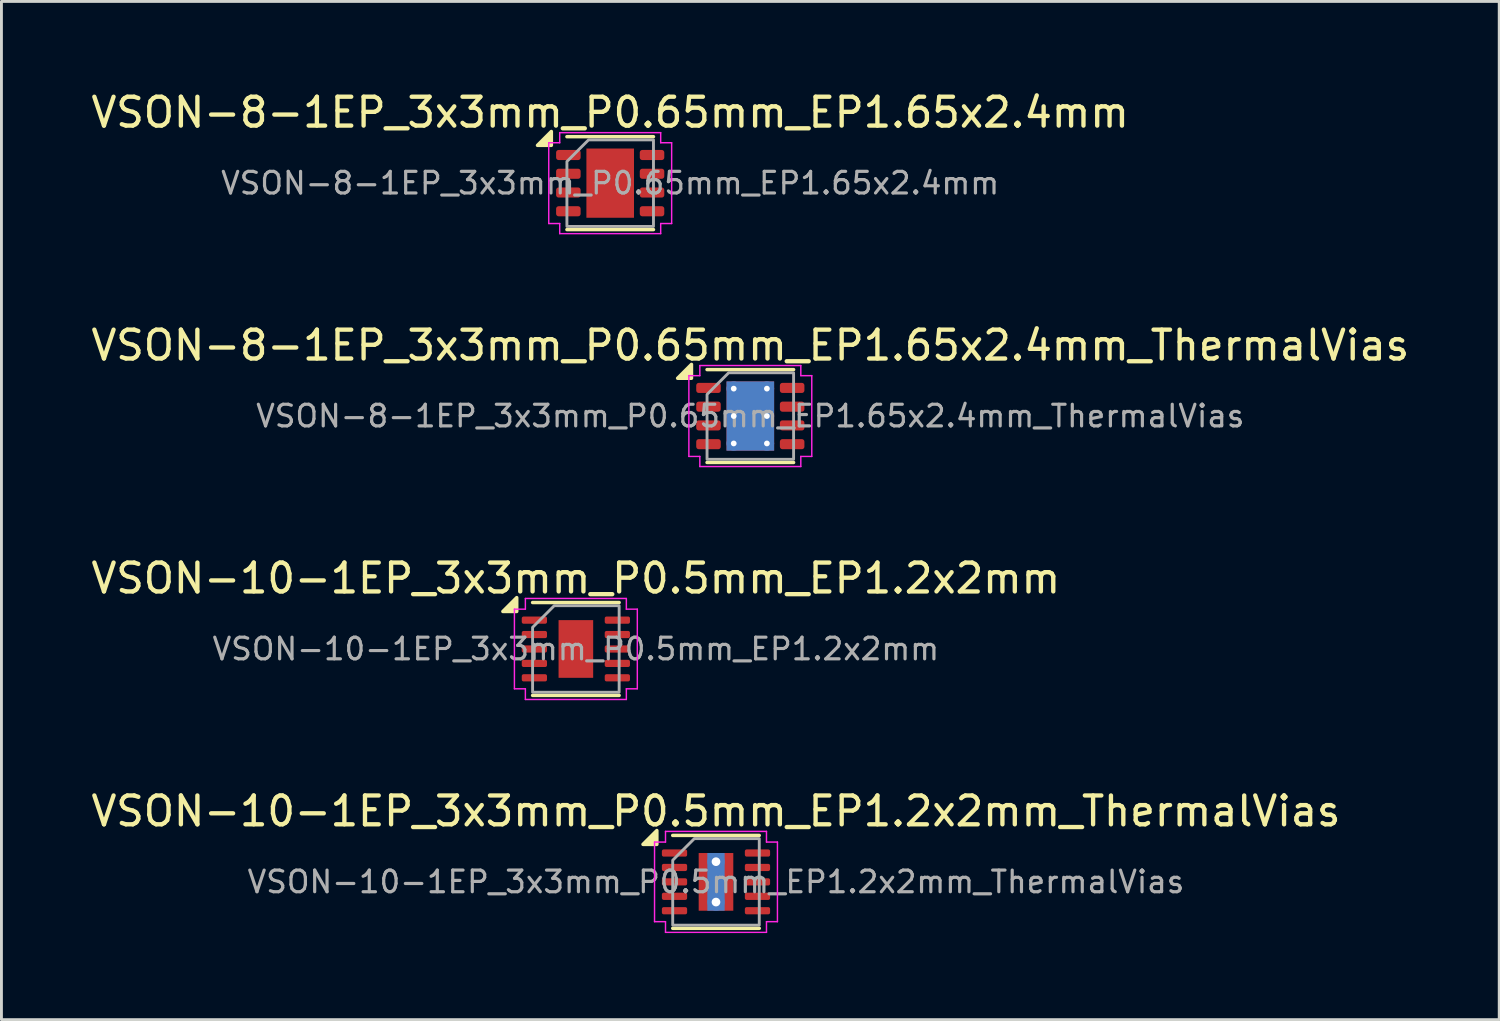
<source format=kicad_pcb>
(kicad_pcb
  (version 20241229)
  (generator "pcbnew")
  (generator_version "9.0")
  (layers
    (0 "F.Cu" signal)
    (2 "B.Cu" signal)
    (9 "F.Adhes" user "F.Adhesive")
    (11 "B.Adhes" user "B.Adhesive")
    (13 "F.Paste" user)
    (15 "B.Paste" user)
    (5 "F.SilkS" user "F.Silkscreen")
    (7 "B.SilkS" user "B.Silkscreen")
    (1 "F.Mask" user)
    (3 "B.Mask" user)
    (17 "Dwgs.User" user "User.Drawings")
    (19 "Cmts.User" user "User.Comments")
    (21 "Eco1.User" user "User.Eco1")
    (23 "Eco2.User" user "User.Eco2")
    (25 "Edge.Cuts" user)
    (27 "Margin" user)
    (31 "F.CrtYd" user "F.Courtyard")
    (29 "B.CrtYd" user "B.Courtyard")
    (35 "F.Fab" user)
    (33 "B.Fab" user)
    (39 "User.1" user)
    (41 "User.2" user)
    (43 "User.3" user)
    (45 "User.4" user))
  (footprint "VSON-10-1EP_3x3mm_P0.5mm_EP1.2x2mm"
    (layer "F.Cu")
    (at 16.911 19.445)
    (property "Reference" "VSON-10-1EP_3x3mm_P0.5mm_EP1.2x2mm" (at 0 -2.45 0) (layer "F.SilkS") (effects (font (size 1 1) (thickness 0.15))))
    (attr smd)
    (fp_line (start -1.5 -1.61) (end 1.5 -1.61) (stroke (width 0.12) (type solid)) (layer "F.SilkS"))
    (fp_line (start -1.5 1.61) (end 1.5 1.61) (stroke (width 0.12) (type solid)) (layer "F.SilkS"))
    (fp_poly (pts (xy -2.05 -1.3) (xy -2.53 -1.3) (xy -2.05 -1.78)) (stroke (width 0.12) (type solid)) (fill yes) (layer "F.SilkS"))
    (fp_line (start -2.13 -1.38) (end -1.75 -1.38) (stroke (width 0.05) (type solid)) (layer "F.CrtYd"))
    (fp_line (start -2.13 1.38) (end -2.13 -1.38) (stroke (width 0.05) (type solid)) (layer "F.CrtYd"))
    (fp_line (start -1.75 -1.75) (end 1.75 -1.75) (stroke (width 0.05) (type solid)) (layer "F.CrtYd"))
    (fp_line (start -1.75 -1.38) (end -1.75 -1.75) (stroke (width 0.05) (type solid)) (layer "F.CrtYd"))
    (fp_line (start -1.75 1.38) (end -2.13 1.38) (stroke (width 0.05) (type solid)) (layer "F.CrtYd"))
    (fp_line (start -1.75 1.75) (end -1.75 1.38) (stroke (width 0.05) (type solid)) (layer "F.CrtYd"))
    (fp_line (start 1.75 -1.75) (end 1.75 -1.38) (stroke (width 0.05) (type solid)) (layer "F.CrtYd"))
    (fp_line (start 1.75 -1.38) (end 2.13 -1.38) (stroke (width 0.05) (type solid)) (layer "F.CrtYd"))
    (fp_line (start 1.75 1.38) (end 1.75 1.75) (stroke (width 0.05) (type solid)) (layer "F.CrtYd"))
    (fp_line (start 1.75 1.75) (end -1.75 1.75) (stroke (width 0.05) (type solid)) (layer "F.CrtYd"))
    (fp_line (start 2.13 -1.38) (end 2.13 1.38) (stroke (width 0.05) (type solid)) (layer "F.CrtYd"))
    (fp_line (start 2.13 1.38) (end 1.75 1.38) (stroke (width 0.05) (type solid)) (layer "F.CrtYd"))
    (fp_poly (pts (xy -1.5 -0.75) (xy -1.5 1.5) (xy 1.5 1.5) (xy 1.5 -1.5) (xy -0.75 -1.5)) (stroke (width 0.1) (type solid)) (fill no) (layer "F.Fab"))
    (fp_text user "${REFERENCE}" (at 0 0 0) (layer "F.Fab") (effects (font (size 0.75 0.75) (thickness 0.11))))
    (pad "" smd roundrect (at -0.3 -0.5) (size 0.48 0.81) (layers "F.Paste") (roundrect_rratio 0.25))
    (pad "" smd roundrect (at -0.3 0.5) (size 0.48 0.81) (layers "F.Paste") (roundrect_rratio 0.25))
    (pad "" smd roundrect (at 0.3 -0.5) (size 0.48 0.81) (layers "F.Paste") (roundrect_rratio 0.25))
    (pad "" smd roundrect (at 0.3 0.5) (size 0.48 0.81) (layers "F.Paste") (roundrect_rratio 0.25))
    (pad "1" smd roundrect (at -1.438 -1) (size 0.875 0.25) (layers "F.Cu" "F.Mask" "F.Paste") (roundrect_rratio 0.25))
    (pad "2" smd roundrect (at -1.438 -0.5) (size 0.875 0.25) (layers "F.Cu" "F.Mask" "F.Paste") (roundrect_rratio 0.25))
    (pad "3" smd roundrect (at -1.438 0) (size 0.875 0.25) (layers "F.Cu" "F.Mask" "F.Paste") (roundrect_rratio 0.25))
    (pad "4" smd roundrect (at -1.438 0.5) (size 0.875 0.25) (layers "F.Cu" "F.Mask" "F.Paste") (roundrect_rratio 0.25))
    (pad "5" smd roundrect (at -1.438 1) (size 0.875 0.25) (layers "F.Cu" "F.Mask" "F.Paste") (roundrect_rratio 0.25))
    (pad "6" smd roundrect (at 1.438 1) (size 0.875 0.25) (layers "F.Cu" "F.Mask" "F.Paste") (roundrect_rratio 0.25))
    (pad "7" smd roundrect (at 1.438 0.5) (size 0.875 0.25) (layers "F.Cu" "F.Mask" "F.Paste") (roundrect_rratio 0.25))
    (pad "8" smd roundrect (at 1.438 0) (size 0.875 0.25) (layers "F.Cu" "F.Mask" "F.Paste") (roundrect_rratio 0.25))
    (pad "9" smd roundrect (at 1.438 -0.5) (size 0.875 0.25) (layers "F.Cu" "F.Mask" "F.Paste") (roundrect_rratio 0.25))
    (pad "10" smd roundrect (at 1.438 -1) (size 0.875 0.25) (layers "F.Cu" "F.Mask" "F.Paste") (roundrect_rratio 0.25))
    (pad "11" smd rect (at 0 0) (size 1.2 2) (property pad_prop_heatsink) (layers "F.Cu" "F.Mask")))
  (footprint "VSON-8-1EP_3x3mm_P0.65mm_EP1.65x2.4mm_ThermalVias"
    (layer "F.Cu")
    (at 22.958 11.371)
    (property "Reference" "VSON-8-1EP_3x3mm_P0.65mm_EP1.65x2.4mm_ThermalVias" (at 0 -2.45 0) (layer "F.SilkS") (effects (font (size 1 1) (thickness 0.15))))
    (attr smd)
    (fp_line (start -1.5 -1.61) (end 1.5 -1.61) (stroke (width 0.12) (type solid)) (layer "F.SilkS"))
    (fp_line (start -1.5 1.61) (end 1.5 1.61) (stroke (width 0.12) (type solid)) (layer "F.SilkS"))
    (fp_poly (pts (xy -2.04 -1.31) (xy -2.52 -1.31) (xy -2.04 -1.79)) (stroke (width 0.12) (type solid)) (fill yes) (layer "F.SilkS"))
    (fp_line (start -2.13 -1.4) (end -1.75 -1.4) (stroke (width 0.05) (type solid)) (layer "F.CrtYd"))
    (fp_line (start -2.13 1.4) (end -2.13 -1.4) (stroke (width 0.05) (type solid)) (layer "F.CrtYd"))
    (fp_line (start -1.75 -1.75) (end 1.75 -1.75) (stroke (width 0.05) (type solid)) (layer "F.CrtYd"))
    (fp_line (start -1.75 -1.4) (end -1.75 -1.75) (stroke (width 0.05) (type solid)) (layer "F.CrtYd"))
    (fp_line (start -1.75 1.4) (end -2.13 1.4) (stroke (width 0.05) (type solid)) (layer "F.CrtYd"))
    (fp_line (start -1.75 1.75) (end -1.75 1.4) (stroke (width 0.05) (type solid)) (layer "F.CrtYd"))
    (fp_line (start 1.75 -1.75) (end 1.75 -1.4) (stroke (width 0.05) (type solid)) (layer "F.CrtYd"))
    (fp_line (start 1.75 -1.4) (end 2.13 -1.4) (stroke (width 0.05) (type solid)) (layer "F.CrtYd"))
    (fp_line (start 1.75 1.4) (end 1.75 1.75) (stroke (width 0.05) (type solid)) (layer "F.CrtYd"))
    (fp_line (start 1.75 1.75) (end -1.75 1.75) (stroke (width 0.05) (type solid)) (layer "F.CrtYd"))
    (fp_line (start 2.13 -1.4) (end 2.13 1.4) (stroke (width 0.05) (type solid)) (layer "F.CrtYd"))
    (fp_line (start 2.13 1.4) (end 1.75 1.4) (stroke (width 0.05) (type solid)) (layer "F.CrtYd"))
    (fp_poly (pts (xy -1.5 -0.75) (xy -1.5 1.5) (xy 1.5 1.5) (xy 1.5 -1.5) (xy -0.75 -1.5)) (stroke (width 0.1) (type solid)) (fill no) (layer "F.Fab"))
    (fp_text user "${REFERENCE}" (at 0 0 0) (layer "F.Fab") (effects (font (size 0.75 0.75) (thickness 0.11))))
    (pad "" smd roundrect (at 0 -0.6) (size 1.33 0.97) (layers "F.Paste") (roundrect_rratio 0.25))
    (pad "" smd roundrect (at 0 0.6) (size 1.33 0.97) (layers "F.Paste") (roundrect_rratio 0.25))
    (pad "1" smd roundrect (at -1.45 -0.975) (size 0.85 0.35) (layers "F.Cu" "F.Mask" "F.Paste") (roundrect_rratio 0.25))
    (pad "2" smd roundrect (at -1.45 -0.325) (size 0.85 0.35) (layers "F.Cu" "F.Mask" "F.Paste") (roundrect_rratio 0.25))
    (pad "3" smd roundrect (at -1.45 0.325) (size 0.85 0.35) (layers "F.Cu" "F.Mask" "F.Paste") (roundrect_rratio 0.25))
    (pad "4" smd roundrect (at -1.45 0.975) (size 0.85 0.35) (layers "F.Cu" "F.Mask" "F.Paste") (roundrect_rratio 0.25))
    (pad "5" smd roundrect (at 1.45 0.975) (size 0.85 0.35) (layers "F.Cu" "F.Mask" "F.Paste") (roundrect_rratio 0.25))
    (pad "6" smd roundrect (at 1.45 0.325) (size 0.85 0.35) (layers "F.Cu" "F.Mask" "F.Paste") (roundrect_rratio 0.25))
    (pad "7" smd roundrect (at 1.45 -0.325) (size 0.85 0.35) (layers "F.Cu" "F.Mask" "F.Paste") (roundrect_rratio 0.25))
    (pad "8" smd roundrect (at 1.45 -0.975) (size 0.85 0.35) (layers "F.Cu" "F.Mask" "F.Paste") (roundrect_rratio 0.25))
    (pad "9" thru_hole circle (at -0.575 -0.95) (size 0.5 0.5) (drill 0.2) (property pad_prop_heatsink) (layers "*.Cu"))
    (pad "9" thru_hole circle (at -0.575 0) (size 0.5 0.5) (drill 0.2) (property pad_prop_heatsink) (layers "*.Cu"))
    (pad "9" thru_hole circle (at -0.575 0.95) (size 0.5 0.5) (drill 0.2) (property pad_prop_heatsink) (layers "*.Cu"))
    (pad "9" smd rect (at 0 0) (size 1.65 2.4) (property pad_prop_heatsink) (layers "F.Cu" "F.Mask"))
    (pad "9" smd rect (at 0 0) (size 1.65 2.4) (property pad_prop_heatsink) (layers "B.Cu"))
    (pad "9" thru_hole circle (at 0.575 -0.95) (size 0.5 0.5) (drill 0.2) (property pad_prop_heatsink) (layers "*.Cu"))
    (pad "9" thru_hole circle (at 0.575 0) (size 0.5 0.5) (drill 0.2) (property pad_prop_heatsink) (layers "*.Cu"))
    (pad "9" thru_hole circle (at 0.575 0.95) (size 0.5 0.5) (drill 0.2) (property pad_prop_heatsink) (layers "*.Cu")))
  (footprint "VSON-8-1EP_3x3mm_P0.65mm_EP1.65x2.4mm"
    (layer "F.Cu")
    (at 18.101 3.298)
    (property "Reference" "VSON-8-1EP_3x3mm_P0.65mm_EP1.65x2.4mm" (at 0 -2.45 0) (layer "F.SilkS") (effects (font (size 1 1) (thickness 0.15))))
    (attr smd)
    (fp_line (start -1.5 -1.61) (end 1.5 -1.61) (stroke (width 0.12) (type solid)) (layer "F.SilkS"))
    (fp_line (start -1.5 1.61) (end 1.5 1.61) (stroke (width 0.12) (type solid)) (layer "F.SilkS"))
    (fp_poly (pts (xy -2.04 -1.31) (xy -2.52 -1.31) (xy -2.04 -1.79)) (stroke (width 0.12) (type solid)) (fill yes) (layer "F.SilkS"))
    (fp_line (start -2.13 -1.4) (end -1.75 -1.4) (stroke (width 0.05) (type solid)) (layer "F.CrtYd"))
    (fp_line (start -2.13 1.4) (end -2.13 -1.4) (stroke (width 0.05) (type solid)) (layer "F.CrtYd"))
    (fp_line (start -1.75 -1.75) (end 1.75 -1.75) (stroke (width 0.05) (type solid)) (layer "F.CrtYd"))
    (fp_line (start -1.75 -1.4) (end -1.75 -1.75) (stroke (width 0.05) (type solid)) (layer "F.CrtYd"))
    (fp_line (start -1.75 1.4) (end -2.13 1.4) (stroke (width 0.05) (type solid)) (layer "F.CrtYd"))
    (fp_line (start -1.75 1.75) (end -1.75 1.4) (stroke (width 0.05) (type solid)) (layer "F.CrtYd"))
    (fp_line (start 1.75 -1.75) (end 1.75 -1.4) (stroke (width 0.05) (type solid)) (layer "F.CrtYd"))
    (fp_line (start 1.75 -1.4) (end 2.13 -1.4) (stroke (width 0.05) (type solid)) (layer "F.CrtYd"))
    (fp_line (start 1.75 1.4) (end 1.75 1.75) (stroke (width 0.05) (type solid)) (layer "F.CrtYd"))
    (fp_line (start 1.75 1.75) (end -1.75 1.75) (stroke (width 0.05) (type solid)) (layer "F.CrtYd"))
    (fp_line (start 2.13 -1.4) (end 2.13 1.4) (stroke (width 0.05) (type solid)) (layer "F.CrtYd"))
    (fp_line (start 2.13 1.4) (end 1.75 1.4) (stroke (width 0.05) (type solid)) (layer "F.CrtYd"))
    (fp_poly (pts (xy -1.5 -0.75) (xy -1.5 1.5) (xy 1.5 1.5) (xy 1.5 -1.5) (xy -0.75 -1.5)) (stroke (width 0.1) (type solid)) (fill no) (layer "F.Fab"))
    (fp_text user "${REFERENCE}" (at 0 0 0) (layer "F.Fab") (effects (font (size 0.75 0.75) (thickness 0.11))))
    (pad "" smd roundrect (at 0 -0.6) (size 1.33 0.97) (layers "F.Paste") (roundrect_rratio 0.25))
    (pad "" smd roundrect (at 0 0.6) (size 1.33 0.97) (layers "F.Paste") (roundrect_rratio 0.25))
    (pad "1" smd roundrect (at -1.45 -0.975) (size 0.85 0.35) (layers "F.Cu" "F.Mask" "F.Paste") (roundrect_rratio 0.25))
    (pad "2" smd roundrect (at -1.45 -0.325) (size 0.85 0.35) (layers "F.Cu" "F.Mask" "F.Paste") (roundrect_rratio 0.25))
    (pad "3" smd roundrect (at -1.45 0.325) (size 0.85 0.35) (layers "F.Cu" "F.Mask" "F.Paste") (roundrect_rratio 0.25))
    (pad "4" smd roundrect (at -1.45 0.975) (size 0.85 0.35) (layers "F.Cu" "F.Mask" "F.Paste") (roundrect_rratio 0.25))
    (pad "5" smd roundrect (at 1.45 0.975) (size 0.85 0.35) (layers "F.Cu" "F.Mask" "F.Paste") (roundrect_rratio 0.25))
    (pad "6" smd roundrect (at 1.45 0.325) (size 0.85 0.35) (layers "F.Cu" "F.Mask" "F.Paste") (roundrect_rratio 0.25))
    (pad "7" smd roundrect (at 1.45 -0.325) (size 0.85 0.35) (layers "F.Cu" "F.Mask" "F.Paste") (roundrect_rratio 0.25))
    (pad "8" smd roundrect (at 1.45 -0.975) (size 0.85 0.35) (layers "F.Cu" "F.Mask" "F.Paste") (roundrect_rratio 0.25))
    (pad "9" smd rect (at 0 0) (size 1.65 2.4) (property pad_prop_heatsink) (layers "F.Cu" "F.Mask")))
  (footprint "VSON-10-1EP_3x3mm_P0.5mm_EP1.2x2mm_ThermalVias"
    (layer "F.Cu")
    (at 21.768 27.518)
    (property "Reference" "VSON-10-1EP_3x3mm_P0.5mm_EP1.2x2mm_ThermalVias" (at 0 -2.45 0) (layer "F.SilkS") (effects (font (size 1 1) (thickness 0.15))))
    (attr smd)
    (fp_line (start -1.5 -1.61) (end 1.5 -1.61) (stroke (width 0.12) (type solid)) (layer "F.SilkS"))
    (fp_line (start -1.5 1.61) (end 1.5 1.61) (stroke (width 0.12) (type solid)) (layer "F.SilkS"))
    (fp_poly (pts (xy -2.05 -1.3) (xy -2.53 -1.3) (xy -2.05 -1.78)) (stroke (width 0.12) (type solid)) (fill yes) (layer "F.SilkS"))
    (fp_line (start -2.13 -1.38) (end -1.75 -1.38) (stroke (width 0.05) (type solid)) (layer "F.CrtYd"))
    (fp_line (start -2.13 1.38) (end -2.13 -1.38) (stroke (width 0.05) (type solid)) (layer "F.CrtYd"))
    (fp_line (start -1.75 -1.75) (end 1.75 -1.75) (stroke (width 0.05) (type solid)) (layer "F.CrtYd"))
    (fp_line (start -1.75 -1.38) (end -1.75 -1.75) (stroke (width 0.05) (type solid)) (layer "F.CrtYd"))
    (fp_line (start -1.75 1.38) (end -2.13 1.38) (stroke (width 0.05) (type solid)) (layer "F.CrtYd"))
    (fp_line (start -1.75 1.75) (end -1.75 1.38) (stroke (width 0.05) (type solid)) (layer "F.CrtYd"))
    (fp_line (start 1.75 -1.75) (end 1.75 -1.38) (stroke (width 0.05) (type solid)) (layer "F.CrtYd"))
    (fp_line (start 1.75 -1.38) (end 2.13 -1.38) (stroke (width 0.05) (type solid)) (layer "F.CrtYd"))
    (fp_line (start 1.75 1.38) (end 1.75 1.75) (stroke (width 0.05) (type solid)) (layer "F.CrtYd"))
    (fp_line (start 1.75 1.75) (end -1.75 1.75) (stroke (width 0.05) (type solid)) (layer "F.CrtYd"))
    (fp_line (start 2.13 -1.38) (end 2.13 1.38) (stroke (width 0.05) (type solid)) (layer "F.CrtYd"))
    (fp_line (start 2.13 1.38) (end 1.75 1.38) (stroke (width 0.05) (type solid)) (layer "F.CrtYd"))
    (fp_poly (pts (xy -1.5 -0.75) (xy -1.5 1.5) (xy 1.5 1.5) (xy 1.5 -1.5) (xy -0.75 -1.5)) (stroke (width 0.1) (type solid)) (fill no) (layer "F.Fab"))
    (fp_text user "${REFERENCE}" (at 0 0 0) (layer "F.Fab") (effects (font (size 0.75 0.75) (thickness 0.11))))
    (pad "" smd roundrect (at -0.3 -0.5) (size 0.52 0.87) (layers "F.Paste") (roundrect_rratio 0.25))
    (pad "" smd roundrect (at -0.3 0.5) (size 0.52 0.87) (layers "F.Paste") (roundrect_rratio 0.25))
    (pad "" smd roundrect (at 0.3 -0.5) (size 0.52 0.87) (layers "F.Paste") (roundrect_rratio 0.25))
    (pad "" smd roundrect (at 0.3 0.5) (size 0.52 0.87) (layers "F.Paste") (roundrect_rratio 0.25))
    (pad "1" smd roundrect (at -1.438 -1) (size 0.875 0.25) (layers "F.Cu" "F.Mask" "F.Paste") (roundrect_rratio 0.25))
    (pad "2" smd roundrect (at -1.438 -0.5) (size 0.875 0.25) (layers "F.Cu" "F.Mask" "F.Paste") (roundrect_rratio 0.25))
    (pad "3" smd roundrect (at -1.438 0) (size 0.875 0.25) (layers "F.Cu" "F.Mask" "F.Paste") (roundrect_rratio 0.25))
    (pad "4" smd roundrect (at -1.438 0.5) (size 0.875 0.25) (layers "F.Cu" "F.Mask" "F.Paste") (roundrect_rratio 0.25))
    (pad "5" smd roundrect (at -1.438 1) (size 0.875 0.25) (layers "F.Cu" "F.Mask" "F.Paste") (roundrect_rratio 0.25))
    (pad "6" smd roundrect (at 1.438 1) (size 0.875 0.25) (layers "F.Cu" "F.Mask" "F.Paste") (roundrect_rratio 0.25))
    (pad "7" smd roundrect (at 1.438 0.5) (size 0.875 0.25) (layers "F.Cu" "F.Mask" "F.Paste") (roundrect_rratio 0.25))
    (pad "8" smd roundrect (at 1.438 0) (size 0.875 0.25) (layers "F.Cu" "F.Mask" "F.Paste") (roundrect_rratio 0.25))
    (pad "9" smd roundrect (at 1.438 -0.5) (size 0.875 0.25) (layers "F.Cu" "F.Mask" "F.Paste") (roundrect_rratio 0.25))
    (pad "10" smd roundrect (at 1.438 -1) (size 0.875 0.25) (layers "F.Cu" "F.Mask" "F.Paste") (roundrect_rratio 0.25))
    (pad "11" thru_hole circle (at 0 -0.7) (size 0.6 0.6) (drill 0.3) (property pad_prop_heatsink) (layers "*.Cu"))
    (pad "11" smd rect (at 0 0) (size 0.6 2) (property pad_prop_heatsink) (layers "B.Cu"))
    (pad "11" smd rect (at 0 0) (size 1.2 2) (property pad_prop_heatsink) (layers "F.Cu" "F.Mask"))
    (pad "11" thru_hole circle (at 0 0.7) (size 0.6 0.6) (drill 0.3) (property pad_prop_heatsink) (layers "*.Cu")))
  (gr_rect
    (start -3 -3)
    (end 48.917 32.293)
    (stroke (width 0.1) (type default))
    (fill no)
    (layer "Edge.Cuts")))
</source>
